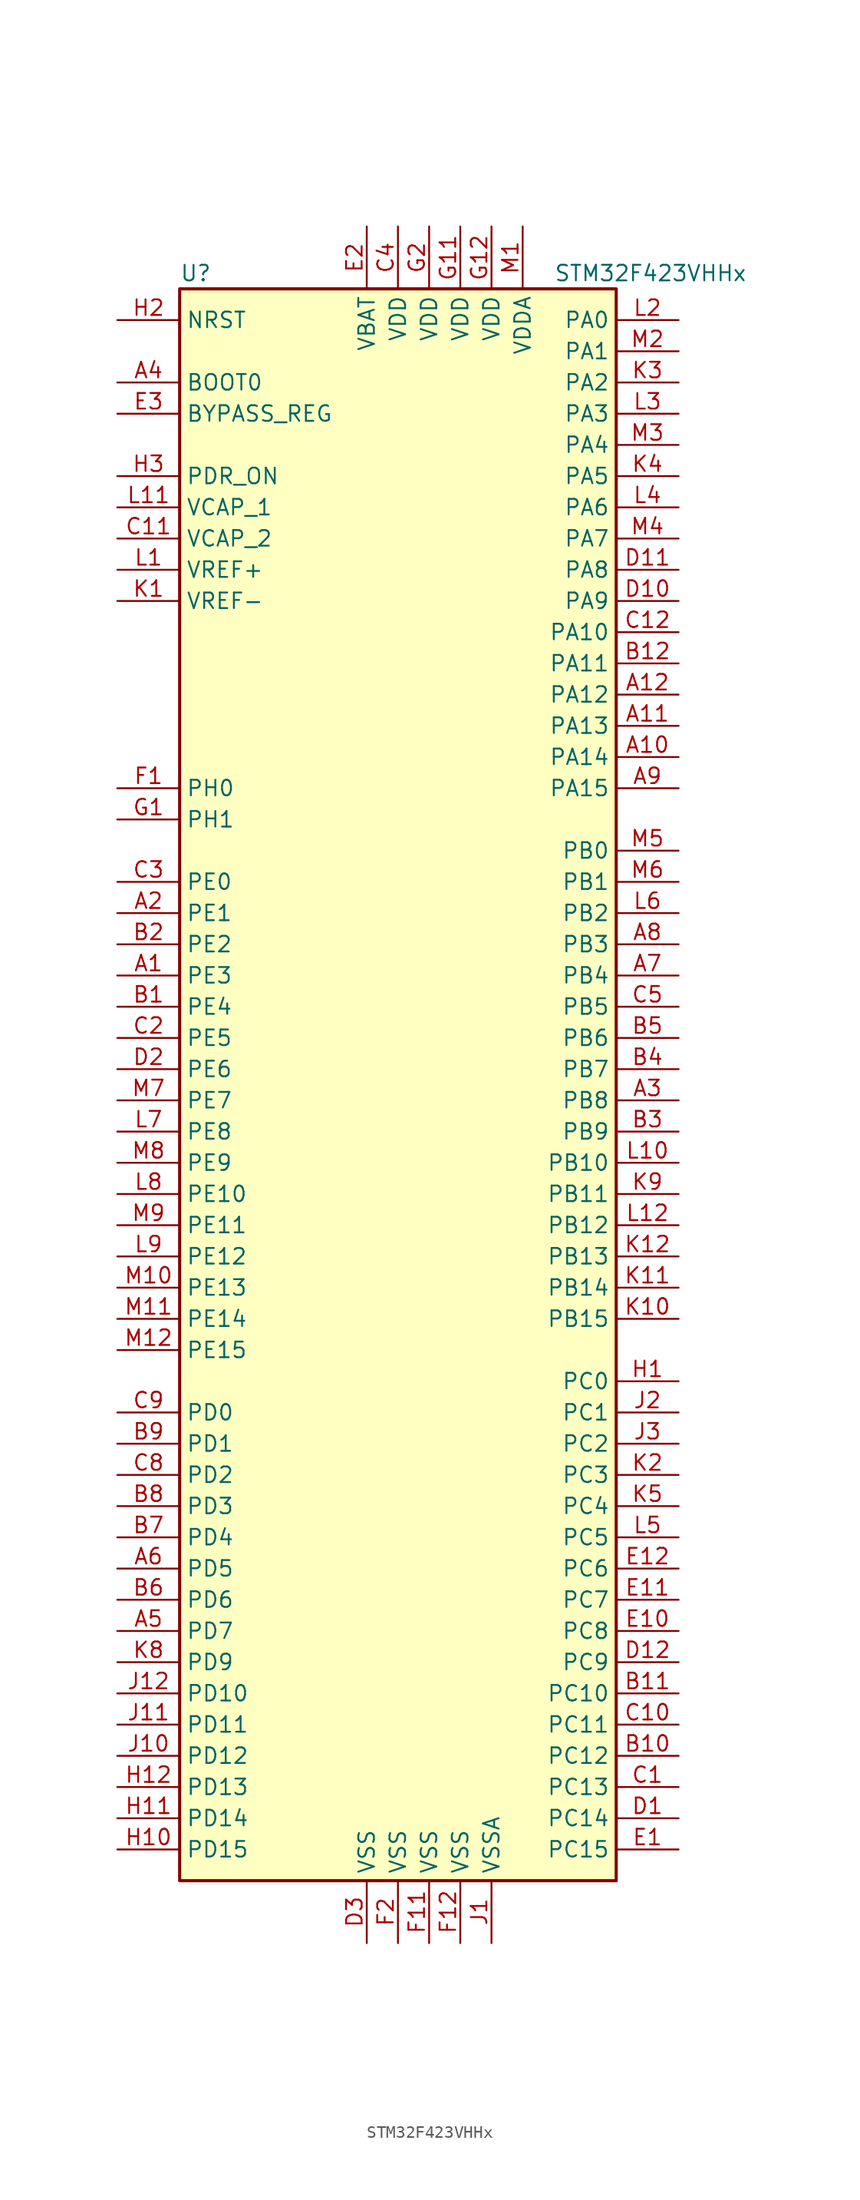
<source format=kicad_sym>
(kicad_symbol_lib
  (version 20220914)
  (generator kicad_symbol_editor)
  (symbol "STM32F423VHHx"
    (property "Reference" "U"
      (at -17.78 64.77 0)
      (effects (font (size 1.27 1.27)) (justify left)))
    (property "Value" "STM32F423VHHx"
      (at 12.7 64.77 0)
      (effects (font (size 1.27 1.27)) (justify left)))
    (symbol "STM32F423VHHx_0_1"
      (rectangle (start -17.78 -66.04) (end 17.78 63.5) (stroke (width 0.254) (type default)) (fill (type background))))
    (symbol "STM32F423VHHx_1_1"
      (pin bidirectional line (at -22.86 7.62 0) (length 5.08) (name "PE3" (effects (font (size 1.27 1.27)))) (number "A1" (effects (font (size 1.27 1.27)))))
      (pin bidirectional line (at 22.86 25.4 180) (length 5.08) (name "PA14" (effects (font (size 1.27 1.27)))) (number "A10" (effects (font (size 1.27 1.27)))))
      (pin bidirectional line (at 22.86 27.94 180) (length 5.08) (name "PA13" (effects (font (size 1.27 1.27)))) (number "A11" (effects (font (size 1.27 1.27)))))
      (pin bidirectional line (at 22.86 30.48 180) (length 5.08) (name "PA12" (effects (font (size 1.27 1.27)))) (number "A12" (effects (font (size 1.27 1.27)))))
      (pin bidirectional line (at -22.86 12.7 0) (length 5.08) (name "PE1" (effects (font (size 1.27 1.27)))) (number "A2" (effects (font (size 1.27 1.27)))))
      (pin bidirectional line (at 22.86 -2.54 180) (length 5.08) (name "PB8" (effects (font (size 1.27 1.27)))) (number "A3" (effects (font (size 1.27 1.27)))))
      (pin input line (at -22.86 55.88 0) (length 5.08) (name "BOOT0" (effects (font (size 1.27 1.27)))) (number "A4" (effects (font (size 1.27 1.27)))))
      (pin bidirectional line (at -22.86 -45.72 0) (length 5.08) (name "PD7" (effects (font (size 1.27 1.27)))) (number "A5" (effects (font (size 1.27 1.27)))))
      (pin bidirectional line (at -22.86 -40.64 0) (length 5.08) (name "PD5" (effects (font (size 1.27 1.27)))) (number "A6" (effects (font (size 1.27 1.27)))))
      (pin bidirectional line (at 22.86 7.62 180) (length 5.08) (name "PB4" (effects (font (size 1.27 1.27)))) (number "A7" (effects (font (size 1.27 1.27)))))
      (pin bidirectional line (at 22.86 10.16 180) (length 5.08) (name "PB3" (effects (font (size 1.27 1.27)))) (number "A8" (effects (font (size 1.27 1.27)))))
      (pin bidirectional line (at 22.86 22.86 180) (length 5.08) (name "PA15" (effects (font (size 1.27 1.27)))) (number "A9" (effects (font (size 1.27 1.27)))))
      (pin bidirectional line (at -22.86 5.08 0) (length 5.08) (name "PE4" (effects (font (size 1.27 1.27)))) (number "B1" (effects (font (size 1.27 1.27)))))
      (pin bidirectional line (at 22.86 -55.88 180) (length 5.08) (name "PC12" (effects (font (size 1.27 1.27)))) (number "B10" (effects (font (size 1.27 1.27)))))
      (pin bidirectional line (at 22.86 -50.8 180) (length 5.08) (name "PC10" (effects (font (size 1.27 1.27)))) (number "B11" (effects (font (size 1.27 1.27)))))
      (pin bidirectional line (at 22.86 33.02 180) (length 5.08) (name "PA11" (effects (font (size 1.27 1.27)))) (number "B12" (effects (font (size 1.27 1.27)))))
      (pin bidirectional line (at -22.86 10.16 0) (length 5.08) (name "PE2" (effects (font (size 1.27 1.27)))) (number "B2" (effects (font (size 1.27 1.27)))))
      (pin bidirectional line (at 22.86 -5.08 180) (length 5.08) (name "PB9" (effects (font (size 1.27 1.27)))) (number "B3" (effects (font (size 1.27 1.27)))))
      (pin bidirectional line (at 22.86 0 180) (length 5.08) (name "PB7" (effects (font (size 1.27 1.27)))) (number "B4" (effects (font (size 1.27 1.27)))))
      (pin bidirectional line (at 22.86 2.54 180) (length 5.08) (name "PB6" (effects (font (size 1.27 1.27)))) (number "B5" (effects (font (size 1.27 1.27)))))
      (pin bidirectional line (at -22.86 -43.18 0) (length 5.08) (name "PD6" (effects (font (size 1.27 1.27)))) (number "B6" (effects (font (size 1.27 1.27)))))
      (pin bidirectional line (at -22.86 -38.1 0) (length 5.08) (name "PD4" (effects (font (size 1.27 1.27)))) (number "B7" (effects (font (size 1.27 1.27)))))
      (pin bidirectional line (at -22.86 -35.56 0) (length 5.08) (name "PD3" (effects (font (size 1.27 1.27)))) (number "B8" (effects (font (size 1.27 1.27)))))
      (pin bidirectional line (at -22.86 -30.48 0) (length 5.08) (name "PD1" (effects (font (size 1.27 1.27)))) (number "B9" (effects (font (size 1.27 1.27)))))
      (pin bidirectional line (at 22.86 -58.42 180) (length 5.08) (name "PC13" (effects (font (size 1.27 1.27)))) (number "C1" (effects (font (size 1.27 1.27)))))
      (pin bidirectional line (at 22.86 -53.34 180) (length 5.08) (name "PC11" (effects (font (size 1.27 1.27)))) (number "C10" (effects (font (size 1.27 1.27)))))
      (pin power_in line (at -22.86 43.18 0) (length 5.08) (name "VCAP_2" (effects (font (size 1.27 1.27)))) (number "C11" (effects (font (size 1.27 1.27)))))
      (pin bidirectional line (at 22.86 35.56 180) (length 5.08) (name "PA10" (effects (font (size 1.27 1.27)))) (number "C12" (effects (font (size 1.27 1.27)))))
      (pin bidirectional line (at -22.86 2.54 0) (length 5.08) (name "PE5" (effects (font (size 1.27 1.27)))) (number "C2" (effects (font (size 1.27 1.27)))))
      (pin bidirectional line (at -22.86 15.24 0) (length 5.08) (name "PE0" (effects (font (size 1.27 1.27)))) (number "C3" (effects (font (size 1.27 1.27)))))
      (pin power_in line (at 0 68.58 270) (length 5.08) (name "VDD" (effects (font (size 1.27 1.27)))) (number "C4" (effects (font (size 1.27 1.27)))))
      (pin bidirectional line (at 22.86 5.08 180) (length 5.08) (name "PB5" (effects (font (size 1.27 1.27)))) (number "C5" (effects (font (size 1.27 1.27)))))
      (pin bidirectional line (at -22.86 -33.02 0) (length 5.08) (name "PD2" (effects (font (size 1.27 1.27)))) (number "C8" (effects (font (size 1.27 1.27)))))
      (pin bidirectional line (at -22.86 -27.94 0) (length 5.08) (name "PD0" (effects (font (size 1.27 1.27)))) (number "C9" (effects (font (size 1.27 1.27)))))
      (pin bidirectional line (at 22.86 -60.96 180) (length 5.08) (name "PC14" (effects (font (size 1.27 1.27)))) (number "D1" (effects (font (size 1.27 1.27)))))
      (pin bidirectional line (at 22.86 38.1 180) (length 5.08) (name "PA9" (effects (font (size 1.27 1.27)))) (number "D10" (effects (font (size 1.27 1.27)))))
      (pin bidirectional line (at 22.86 40.64 180) (length 5.08) (name "PA8" (effects (font (size 1.27 1.27)))) (number "D11" (effects (font (size 1.27 1.27)))))
      (pin bidirectional line (at 22.86 -48.26 180) (length 5.08) (name "PC9" (effects (font (size 1.27 1.27)))) (number "D12" (effects (font (size 1.27 1.27)))))
      (pin bidirectional line (at -22.86 0 0) (length 5.08) (name "PE6" (effects (font (size 1.27 1.27)))) (number "D2" (effects (font (size 1.27 1.27)))))
      (pin power_in line (at -2.54 -71.12 90) (length 5.08) (name "VSS" (effects (font (size 1.27 1.27)))) (number "D3" (effects (font (size 1.27 1.27)))))
      (pin bidirectional line (at 22.86 -63.5 180) (length 5.08) (name "PC15" (effects (font (size 1.27 1.27)))) (number "E1" (effects (font (size 1.27 1.27)))))
      (pin bidirectional line (at 22.86 -45.72 180) (length 5.08) (name "PC8" (effects (font (size 1.27 1.27)))) (number "E10" (effects (font (size 1.27 1.27)))))
      (pin bidirectional line (at 22.86 -43.18 180) (length 5.08) (name "PC7" (effects (font (size 1.27 1.27)))) (number "E11" (effects (font (size 1.27 1.27)))))
      (pin bidirectional line (at 22.86 -40.64 180) (length 5.08) (name "PC6" (effects (font (size 1.27 1.27)))) (number "E12" (effects (font (size 1.27 1.27)))))
      (pin power_in line (at -2.54 68.58 270) (length 5.08) (name "VBAT" (effects (font (size 1.27 1.27)))) (number "E2" (effects (font (size 1.27 1.27)))))
      (pin input line (at -22.86 53.34 0) (length 5.08) (name "BYPASS_REG" (effects (font (size 1.27 1.27)))) (number "E3" (effects (font (size 1.27 1.27)))))
      (pin input line (at -22.86 22.86 0) (length 5.08) (name "PH0" (effects (font (size 1.27 1.27)))) (number "F1" (effects (font (size 1.27 1.27)))))
      (pin power_in line (at 2.54 -71.12 90) (length 5.08) (name "VSS" (effects (font (size 1.27 1.27)))) (number "F11" (effects (font (size 1.27 1.27)))))
      (pin power_in line (at 5.08 -71.12 90) (length 5.08) (name "VSS" (effects (font (size 1.27 1.27)))) (number "F12" (effects (font (size 1.27 1.27)))))
      (pin power_in line (at 0 -71.12 90) (length 5.08) (name "VSS" (effects (font (size 1.27 1.27)))) (number "F2" (effects (font (size 1.27 1.27)))))
      (pin input line (at -22.86 20.32 0) (length 5.08) (name "PH1" (effects (font (size 1.27 1.27)))) (number "G1" (effects (font (size 1.27 1.27)))))
      (pin power_in line (at 5.08 68.58 270) (length 5.08) (name "VDD" (effects (font (size 1.27 1.27)))) (number "G11" (effects (font (size 1.27 1.27)))))
      (pin power_in line (at 7.62 68.58 270) (length 5.08) (name "VDD" (effects (font (size 1.27 1.27)))) (number "G12" (effects (font (size 1.27 1.27)))))
      (pin power_in line (at 2.54 68.58 270) (length 5.08) (name "VDD" (effects (font (size 1.27 1.27)))) (number "G2" (effects (font (size 1.27 1.27)))))
      (pin bidirectional line (at 22.86 -25.4 180) (length 5.08) (name "PC0" (effects (font (size 1.27 1.27)))) (number "H1" (effects (font (size 1.27 1.27)))))
      (pin bidirectional line (at -22.86 -63.5 0) (length 5.08) (name "PD15" (effects (font (size 1.27 1.27)))) (number "H10" (effects (font (size 1.27 1.27)))))
      (pin bidirectional line (at -22.86 -60.96 0) (length 5.08) (name "PD14" (effects (font (size 1.27 1.27)))) (number "H11" (effects (font (size 1.27 1.27)))))
      (pin bidirectional line (at -22.86 -58.42 0) (length 5.08) (name "PD13" (effects (font (size 1.27 1.27)))) (number "H12" (effects (font (size 1.27 1.27)))))
      (pin input line (at -22.86 60.96 0) (length 5.08) (name "NRST" (effects (font (size 1.27 1.27)))) (number "H2" (effects (font (size 1.27 1.27)))))
      (pin power_in line (at -22.86 48.26 0) (length 5.08) (name "PDR_ON" (effects (font (size 1.27 1.27)))) (number "H3" (effects (font (size 1.27 1.27)))))
      (pin power_in line (at 7.62 -71.12 90) (length 5.08) (name "VSSA" (effects (font (size 1.27 1.27)))) (number "J1" (effects (font (size 1.27 1.27)))))
      (pin bidirectional line (at -22.86 -55.88 0) (length 5.08) (name "PD12" (effects (font (size 1.27 1.27)))) (number "J10" (effects (font (size 1.27 1.27)))))
      (pin bidirectional line (at -22.86 -53.34 0) (length 5.08) (name "PD11" (effects (font (size 1.27 1.27)))) (number "J11" (effects (font (size 1.27 1.27)))))
      (pin bidirectional line (at -22.86 -50.8 0) (length 5.08) (name "PD10" (effects (font (size 1.27 1.27)))) (number "J12" (effects (font (size 1.27 1.27)))))
      (pin bidirectional line (at 22.86 -27.94 180) (length 5.08) (name "PC1" (effects (font (size 1.27 1.27)))) (number "J2" (effects (font (size 1.27 1.27)))))
      (pin bidirectional line (at 22.86 -30.48 180) (length 5.08) (name "PC2" (effects (font (size 1.27 1.27)))) (number "J3" (effects (font (size 1.27 1.27)))))
      (pin power_in line (at -22.86 38.1 0) (length 5.08) (name "VREF-" (effects (font (size 1.27 1.27)))) (number "K1" (effects (font (size 1.27 1.27)))))
      (pin bidirectional line (at 22.86 -20.32 180) (length 5.08) (name "PB15" (effects (font (size 1.27 1.27)))) (number "K10" (effects (font (size 1.27 1.27)))))
      (pin bidirectional line (at 22.86 -17.78 180) (length 5.08) (name "PB14" (effects (font (size 1.27 1.27)))) (number "K11" (effects (font (size 1.27 1.27)))))
      (pin bidirectional line (at 22.86 -15.24 180) (length 5.08) (name "PB13" (effects (font (size 1.27 1.27)))) (number "K12" (effects (font (size 1.27 1.27)))))
      (pin bidirectional line (at 22.86 -33.02 180) (length 5.08) (name "PC3" (effects (font (size 1.27 1.27)))) (number "K2" (effects (font (size 1.27 1.27)))))
      (pin bidirectional line (at 22.86 55.88 180) (length 5.08) (name "PA2" (effects (font (size 1.27 1.27)))) (number "K3" (effects (font (size 1.27 1.27)))))
      (pin bidirectional line (at 22.86 48.26 180) (length 5.08) (name "PA5" (effects (font (size 1.27 1.27)))) (number "K4" (effects (font (size 1.27 1.27)))))
      (pin bidirectional line (at 22.86 -35.56 180) (length 5.08) (name "PC4" (effects (font (size 1.27 1.27)))) (number "K5" (effects (font (size 1.27 1.27)))))
      (pin bidirectional line (at -22.86 -48.26 0) (length 5.08) (name "PD9" (effects (font (size 1.27 1.27)))) (number "K8" (effects (font (size 1.27 1.27)))))
      (pin bidirectional line (at 22.86 -10.16 180) (length 5.08) (name "PB11" (effects (font (size 1.27 1.27)))) (number "K9" (effects (font (size 1.27 1.27)))))
      (pin power_in line (at -22.86 40.64 0) (length 5.08) (name "VREF+" (effects (font (size 1.27 1.27)))) (number "L1" (effects (font (size 1.27 1.27)))))
      (pin bidirectional line (at 22.86 -7.62 180) (length 5.08) (name "PB10" (effects (font (size 1.27 1.27)))) (number "L10" (effects (font (size 1.27 1.27)))))
      (pin power_in line (at -22.86 45.72 0) (length 5.08) (name "VCAP_1" (effects (font (size 1.27 1.27)))) (number "L11" (effects (font (size 1.27 1.27)))))
      (pin bidirectional line (at 22.86 -12.7 180) (length 5.08) (name "PB12" (effects (font (size 1.27 1.27)))) (number "L12" (effects (font (size 1.27 1.27)))))
      (pin bidirectional line (at 22.86 60.96 180) (length 5.08) (name "PA0" (effects (font (size 1.27 1.27)))) (number "L2" (effects (font (size 1.27 1.27)))))
      (pin bidirectional line (at 22.86 53.34 180) (length 5.08) (name "PA3" (effects (font (size 1.27 1.27)))) (number "L3" (effects (font (size 1.27 1.27)))))
      (pin bidirectional line (at 22.86 45.72 180) (length 5.08) (name "PA6" (effects (font (size 1.27 1.27)))) (number "L4" (effects (font (size 1.27 1.27)))))
      (pin bidirectional line (at 22.86 -38.1 180) (length 5.08) (name "PC5" (effects (font (size 1.27 1.27)))) (number "L5" (effects (font (size 1.27 1.27)))))
      (pin bidirectional line (at 22.86 12.7 180) (length 5.08) (name "PB2" (effects (font (size 1.27 1.27)))) (number "L6" (effects (font (size 1.27 1.27)))))
      (pin bidirectional line (at -22.86 -5.08 0) (length 5.08) (name "PE8" (effects (font (size 1.27 1.27)))) (number "L7" (effects (font (size 1.27 1.27)))))
      (pin bidirectional line (at -22.86 -10.16 0) (length 5.08) (name "PE10" (effects (font (size 1.27 1.27)))) (number "L8" (effects (font (size 1.27 1.27)))))
      (pin bidirectional line (at -22.86 -15.24 0) (length 5.08) (name "PE12" (effects (font (size 1.27 1.27)))) (number "L9" (effects (font (size 1.27 1.27)))))
      (pin power_in line (at 10.16 68.58 270) (length 5.08) (name "VDDA" (effects (font (size 1.27 1.27)))) (number "M1" (effects (font (size 1.27 1.27)))))
      (pin bidirectional line (at -22.86 -17.78 0) (length 5.08) (name "PE13" (effects (font (size 1.27 1.27)))) (number "M10" (effects (font (size 1.27 1.27)))))
      (pin bidirectional line (at -22.86 -20.32 0) (length 5.08) (name "PE14" (effects (font (size 1.27 1.27)))) (number "M11" (effects (font (size 1.27 1.27)))))
      (pin bidirectional line (at -22.86 -22.86 0) (length 5.08) (name "PE15" (effects (font (size 1.27 1.27)))) (number "M12" (effects (font (size 1.27 1.27)))))
      (pin bidirectional line (at 22.86 58.42 180) (length 5.08) (name "PA1" (effects (font (size 1.27 1.27)))) (number "M2" (effects (font (size 1.27 1.27)))))
      (pin bidirectional line (at 22.86 50.8 180) (length 5.08) (name "PA4" (effects (font (size 1.27 1.27)))) (number "M3" (effects (font (size 1.27 1.27)))))
      (pin bidirectional line (at 22.86 43.18 180) (length 5.08) (name "PA7" (effects (font (size 1.27 1.27)))) (number "M4" (effects (font (size 1.27 1.27)))))
      (pin bidirectional line (at 22.86 17.78 180) (length 5.08) (name "PB0" (effects (font (size 1.27 1.27)))) (number "M5" (effects (font (size 1.27 1.27)))))
      (pin bidirectional line (at 22.86 15.24 180) (length 5.08) (name "PB1" (effects (font (size 1.27 1.27)))) (number "M6" (effects (font (size 1.27 1.27)))))
      (pin bidirectional line (at -22.86 -2.54 0) (length 5.08) (name "PE7" (effects (font (size 1.27 1.27)))) (number "M7" (effects (font (size 1.27 1.27)))))
      (pin bidirectional line (at -22.86 -7.62 0) (length 5.08) (name "PE9" (effects (font (size 1.27 1.27)))) (number "M8" (effects (font (size 1.27 1.27)))))
      (pin bidirectional line (at -22.86 -12.7 0) (length 5.08) (name "PE11" (effects (font (size 1.27 1.27)))) (number "M9" (effects (font (size 1.27 1.27))))))))
</source>
